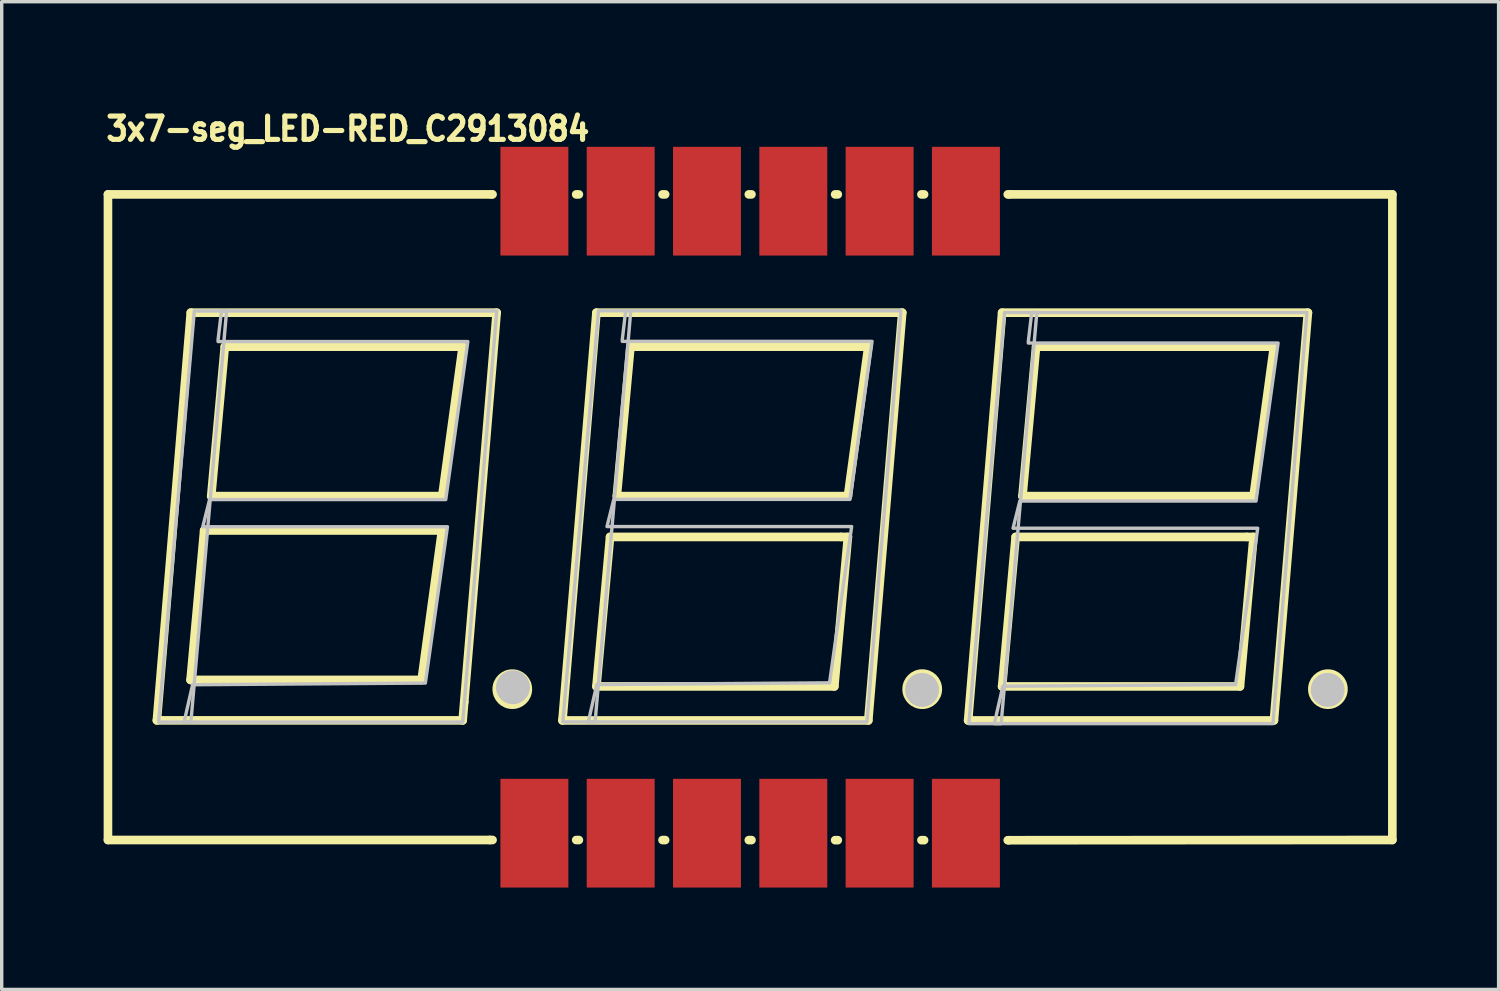
<source format=kicad_pcb>
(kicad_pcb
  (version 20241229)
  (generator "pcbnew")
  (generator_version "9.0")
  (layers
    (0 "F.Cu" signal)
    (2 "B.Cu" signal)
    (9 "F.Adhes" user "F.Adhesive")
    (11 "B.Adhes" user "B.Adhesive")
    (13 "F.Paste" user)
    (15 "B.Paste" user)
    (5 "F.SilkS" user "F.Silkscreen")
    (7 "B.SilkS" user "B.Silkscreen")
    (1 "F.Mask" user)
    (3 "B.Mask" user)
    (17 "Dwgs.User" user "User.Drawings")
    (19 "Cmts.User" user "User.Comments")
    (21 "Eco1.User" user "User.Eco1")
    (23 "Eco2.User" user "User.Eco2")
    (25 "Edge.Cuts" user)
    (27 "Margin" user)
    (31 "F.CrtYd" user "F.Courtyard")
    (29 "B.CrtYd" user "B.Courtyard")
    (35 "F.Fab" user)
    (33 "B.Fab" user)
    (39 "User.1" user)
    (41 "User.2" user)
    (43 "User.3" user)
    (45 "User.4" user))
  (footprint "3x7-seg_LED-RED_C2913084"
    (layer "F.Cu")
    (at 19.027 12.171)
    (property "Reference" "3x7-seg_LED-RED_C2913084" (at -19.027 -11.027 0) (layer "F.SilkS") (effects (font (size 0.686 0.628) (thickness 0.152)) (justify left bottom)))
    (fp_line (start -18.9 -9.5) (end -7.609 -9.5) (stroke (width 0.254) (type default)) (layer "F.SilkS"))
    (fp_line (start -18.9 9.5) (end -18.9 -9.5) (stroke (width 0.254) (type default)) (layer "F.SilkS"))
    (fp_line (start -18.9 9.5) (end -7.66 9.5) (stroke (width 0.254) (type default)) (layer "F.SilkS"))
    (fp_line (start -17.46 5.98) (end -16.462 -6.019) (stroke (width 0.254) (type default)) (layer "F.SilkS"))
    (fp_line (start -16.469 4.79) (end -16.069 0.391) (stroke (width 0.254) (type default)) (layer "F.SilkS"))
    (fp_line (start -16.469 4.79) (end -9.669 4.79) (stroke (width 0.254) (type default)) (layer "F.SilkS"))
    (fp_line (start -16.462 -6.019) (end -7.46 -6.019) (stroke (width 0.254) (type default)) (layer "F.SilkS"))
    (fp_line (start -16.069 0.391) (end -9.069 0.391) (stroke (width 0.254) (type default)) (layer "F.SilkS"))
    (fp_line (start -15.861 -0.62) (end -15.461 -5.019) (stroke (width 0.254) (type default)) (layer "F.SilkS"))
    (fp_line (start -15.861 -0.62) (end -9.062 -0.62) (stroke (width 0.254) (type default)) (layer "F.SilkS"))
    (fp_line (start -15.461 -5.019) (end -8.461 -5.019) (stroke (width 0.254) (type default)) (layer "F.SilkS"))
    (fp_line (start -9.069 0.391) (end -9.669 4.79) (stroke (width 0.254) (type default)) (layer "F.SilkS"))
    (fp_line (start -8.461 -5.019) (end -9.062 -0.62) (stroke (width 0.254) (type default)) (layer "F.SilkS"))
    (fp_line (start -8.461 5.98) (end -17.46 5.98) (stroke (width 0.254) (type default)) (layer "F.SilkS"))
    (fp_line (start -8.415 5.439) (end -8.461 5.98) (stroke (width 0.254) (type default)) (layer "F.SilkS"))
    (fp_line (start -7.66 9.5) (end -7.581 9.5) (stroke (width 0.254) (type default)) (layer "F.SilkS"))
    (fp_line (start -7.609 -9.5) (end -7.581 -9.5) (stroke (width 0.254) (type default)) (layer "F.SilkS"))
    (fp_line (start -7.46 -6.019) (end -8.415 5.439) (stroke (width 0.254) (type default)) (layer "F.SilkS"))
    (fp_line (start -5.524 5.981) (end -4.524 -6.019) (stroke (width 0.254) (type default)) (layer "F.SilkS"))
    (fp_line (start -5.119 -9.5) (end -5.041 -9.5) (stroke (width 0.254) (type default)) (layer "F.SilkS"))
    (fp_line (start -5.119 9.501) (end -5.041 9.501) (stroke (width 0.254) (type default)) (layer "F.SilkS"))
    (fp_line (start -4.524 -6.019) (end 4.476 -6.019) (stroke (width 0.254) (type default)) (layer "F.SilkS"))
    (fp_line (start -4.524 4.981) (end 2.477 4.981) (stroke (width 0.254) (type default)) (layer "F.SilkS"))
    (fp_line (start -4.123 0.581) (end -4.524 4.981) (stroke (width 0.254) (type default)) (layer "F.SilkS"))
    (fp_line (start -4.123 0.581) (end 2.676 0.581) (stroke (width 0.254) (type default)) (layer "F.SilkS"))
    (fp_line (start -3.924 -0.62) (end -3.523 -5.019) (stroke (width 0.254) (type default)) (layer "F.SilkS"))
    (fp_line (start -3.924 -0.62) (end 2.877 -0.62) (stroke (width 0.254) (type default)) (layer "F.SilkS"))
    (fp_line (start -3.523 -5.019) (end 3.477 -5.019) (stroke (width 0.254) (type default)) (layer "F.SilkS"))
    (fp_line (start -2.579 -9.5) (end -2.501 -9.5) (stroke (width 0.254) (type default)) (layer "F.SilkS"))
    (fp_line (start -2.579 9.502) (end -2.501 9.502) (stroke (width 0.254) (type default)) (layer "F.SilkS"))
    (fp_line (start -0.039 -9.5) (end 0.039 -9.5) (stroke (width 0.254) (type default)) (layer "F.SilkS"))
    (fp_line (start -0.039 9.503) (end 0.039 9.503) (stroke (width 0.254) (type default)) (layer "F.SilkS"))
    (fp_line (start 2.477 4.981) (end 2.877 0.581) (stroke (width 0.254) (type default)) (layer "F.SilkS"))
    (fp_line (start 2.501 -9.5) (end 2.579 -9.5) (stroke (width 0.254) (type default)) (layer "F.SilkS"))
    (fp_line (start 2.501 9.505) (end 2.579 9.505) (stroke (width 0.254) (type default)) (layer "F.SilkS"))
    (fp_line (start 2.877 0.581) (end 2.676 0.581) (stroke (width 0.254) (type default)) (layer "F.SilkS"))
    (fp_line (start 3.477 -5.019) (end 2.877 -0.62) (stroke (width 0.254) (type default)) (layer "F.SilkS"))
    (fp_line (start 3.477 5.981) (end -5.524 5.981) (stroke (width 0.254) (type default)) (layer "F.SilkS"))
    (fp_line (start 4.476 -6.019) (end 3.477 5.981) (stroke (width 0.254) (type default)) (layer "F.SilkS"))
    (fp_line (start 5.041 -9.5) (end 5.119 -9.5) (stroke (width 0.254) (type default)) (layer "F.SilkS"))
    (fp_line (start 5.041 9.505) (end 5.119 9.505) (stroke (width 0.254) (type default)) (layer "F.SilkS"))
    (fp_line (start 6.415 5.981) (end 7.415 -6.019) (stroke (width 0.254) (type default)) (layer "F.SilkS"))
    (fp_line (start 7.415 -6.019) (end 16.415 -6.019) (stroke (width 0.254) (type default)) (layer "F.SilkS"))
    (fp_line (start 7.415 4.981) (end 14.415 4.981) (stroke (width 0.254) (type default)) (layer "F.SilkS"))
    (fp_line (start 7.581 -9.5) (end 7.62 -9.5) (stroke (width 0.254) (type default)) (layer "F.SilkS"))
    (fp_line (start 7.581 9.507) (end 7.608 9.507) (stroke (width 0.254) (type default)) (layer "F.SilkS"))
    (fp_line (start 7.608 9.507) (end 18.9 9.5) (stroke (width 0.254) (type default)) (layer "F.SilkS"))
    (fp_line (start 7.62 -9.5) (end 18.9 -9.5) (stroke (width 0.254) (type default)) (layer "F.SilkS"))
    (fp_line (start 7.814 0.581) (end 7.415 4.981) (stroke (width 0.254) (type default)) (layer "F.SilkS"))
    (fp_line (start 7.814 0.581) (end 14.614 0.581) (stroke (width 0.254) (type default)) (layer "F.SilkS"))
    (fp_line (start 8.014 -0.62) (end 8.415 -5.019) (stroke (width 0.254) (type default)) (layer "F.SilkS"))
    (fp_line (start 8.014 -0.62) (end 14.815 -0.62) (stroke (width 0.254) (type default)) (layer "F.SilkS"))
    (fp_line (start 8.415 -5.019) (end 15.415 -5.019) (stroke (width 0.254) (type default)) (layer "F.SilkS"))
    (fp_line (start 14.415 4.981) (end 14.815 0.581) (stroke (width 0.254) (type default)) (layer "F.SilkS"))
    (fp_line (start 14.815 0.581) (end 14.614 0.581) (stroke (width 0.254) (type default)) (layer "F.SilkS"))
    (fp_line (start 15.415 -5.019) (end 14.815 -0.62) (stroke (width 0.254) (type default)) (layer "F.SilkS"))
    (fp_line (start 15.415 5.981) (end 6.415 5.981) (stroke (width 0.254) (type default)) (layer "F.SilkS"))
    (fp_line (start 16.415 -6.019) (end 15.415 5.981) (stroke (width 0.254) (type default)) (layer "F.SilkS"))
    (fp_line (start 18.9 -9.5) (end 18.9 9.5) (stroke (width 0.254) (type default)) (layer "F.SilkS"))
    (fp_circle (center -7 5.061) (end -6.543 5.061) (stroke (width 0.254) (type default)) (fill no) (layer "F.SilkS"))
    (fp_circle (center 5.064 5.061) (end 5.522 5.061) (stroke (width 0.254) (type default)) (fill no) (layer "F.SilkS"))
    (fp_circle (center 17.003 5.061) (end 17.46 5.061) (stroke (width 0.254) (type default)) (fill no) (layer "F.SilkS"))
    (fp_circle (center -6.981 5.005) (end -6.731 5.005) (stroke (width 0.5) (type default)) (fill no) (layer "Dwgs.User"))
    (fp_circle (center 5.059 5.082) (end 5.309 5.082) (stroke (width 0.5) (type default)) (fill no) (layer "Dwgs.User"))
    (fp_circle (center 16.997 5.082) (end 17.247 5.082) (stroke (width 0.5) (type default)) (fill no) (layer "Dwgs.User"))
    (fp_poly (pts (xy -15.559 -6.069) (xy -16.358 -6.069) (xy -17.409 6.031) (xy -16.459 6.031) (xy -15.409 -6.069)) (stroke (width 0.1) (type default)) (fill no) (layer "Dwgs.User"))
    (fp_poly (pts (xy -3.663 -6.075) (xy -4.463 -6.075) (xy -5.513 6.025) (xy -4.563 6.025) (xy -3.513 -6.075)) (stroke (width 0.1) (type default)) (fill no) (layer "Dwgs.User"))
    (fp_poly (pts (xy 8.287 -6.025) (xy 7.487 -6.025) (xy 6.437 6.075) (xy 7.387 6.075) (xy 8.437 -6.025)) (stroke (width 0.1) (type default)) (fill no) (layer "Dwgs.User"))
    (fp_poly (pts (xy -15.559 -6.069) (xy -7.458 -6.069) (xy -8.459 6.031) (xy -16.659 6.031) (xy -16.409 4.931) (xy -9.559 4.881) (xy -8.909 0.281) (xy -16.108 0.281) (xy -15.909 -0.519) (xy -8.959 -0.519) (xy -8.309 -5.169) (xy -15.659 -5.169) (xy -15.659 -5.219)) (stroke (width 0.1) (type default)) (fill no) (layer "Dwgs.User"))
    (fp_poly (pts (xy -3.663 -6.075) (xy 4.437 -6.075) (xy 3.437 6.025) (xy -4.763 6.025) (xy -4.513 4.925) (xy 2.337 4.875) (xy 2.987 0.275) (xy -4.213 0.275) (xy -4.013 -0.525) (xy 2.937 -0.525) (xy 3.587 -5.175) (xy -3.763 -5.175) (xy -3.763 -5.225)) (stroke (width 0.1) (type default)) (fill no) (layer "Dwgs.User"))
    (fp_poly (pts (xy 8.287 -6.025) (xy 16.387 -6.025) (xy 15.386 6.075) (xy 7.187 6.075) (xy 7.437 4.975) (xy 14.287 4.925) (xy 14.937 0.325) (xy 7.737 0.325) (xy 7.937 -0.475) (xy 14.887 -0.475) (xy 15.537 -5.125) (xy 8.187 -5.125) (xy 8.187 -5.175)) (stroke (width 0.1) (type default)) (fill no) (layer "Dwgs.User"))
    (fp_poly (pts (xy -7.25 -7.9) (xy -7.25 -9.5) (xy -5.45 -9.5) (xy -5.45 -7.9)) (stroke (width 0.1) (type default)) (fill no) (layer "User.1"))
    (fp_poly (pts (xy -7.25 9.5) (xy -7.25 7.9) (xy -5.45 7.9) (xy -5.45 9.5)) (stroke (width 0.1) (type default)) (fill no) (layer "User.1"))
    (fp_poly (pts (xy -4.71 -7.9) (xy -4.71 -9.5) (xy -2.91 -9.5) (xy -2.91 -7.9)) (stroke (width 0.1) (type default)) (fill no) (layer "User.1"))
    (fp_poly (pts (xy -4.71 9.5) (xy -4.71 7.9) (xy -2.91 7.9) (xy -2.91 9.5)) (stroke (width 0.1) (type default)) (fill no) (layer "User.1"))
    (fp_poly (pts (xy -2.17 -7.9) (xy -2.17 -9.5) (xy -0.37 -9.5) (xy -0.37 -7.9)) (stroke (width 0.1) (type default)) (fill no) (layer "User.1"))
    (fp_poly (pts (xy -2.17 9.5) (xy -2.17 7.9) (xy -0.37 7.9) (xy -0.37 9.5)) (stroke (width 0.1) (type default)) (fill no) (layer "User.1"))
    (fp_poly (pts (xy 0.37 -7.9) (xy 0.37 -9.5) (xy 2.17 -9.5) (xy 2.17 -7.9)) (stroke (width 0.1) (type default)) (fill no) (layer "User.1"))
    (fp_poly (pts (xy 0.37 9.5) (xy 0.37 7.9) (xy 2.17 7.9) (xy 2.17 9.5)) (stroke (width 0.1) (type default)) (fill no) (layer "User.1"))
    (fp_poly (pts (xy 2.91 -7.9) (xy 2.91 -9.5) (xy 4.71 -9.5) (xy 4.71 -7.9)) (stroke (width 0.1) (type default)) (fill no) (layer "User.1"))
    (fp_poly (pts (xy 2.91 9.5) (xy 2.91 7.9) (xy 4.71 7.9) (xy 4.71 9.5)) (stroke (width 0.1) (type default)) (fill no) (layer "User.1"))
    (fp_poly (pts (xy 5.45 -7.9) (xy 5.45 -9.5) (xy 7.25 -9.5) (xy 7.25 -7.9)) (stroke (width 0.1) (type default)) (fill no) (layer "User.1"))
    (fp_poly (pts (xy 5.45 9.5) (xy 5.45 7.9) (xy 7.25 7.9) (xy 7.25 9.5)) (stroke (width 0.1) (type default)) (fill no) (layer "User.1"))
    (fp_line (start -18.9 -9.5) (end 18.9 -9.5) (stroke (width 0.051) (type default)) (layer "User.2"))
    (fp_line (start -18.9 9.5) (end -18.9 -9.5) (stroke (width 0.051) (type default)) (layer "User.2"))
    (fp_line (start 18.9 -9.5) (end 18.9 9.5) (stroke (width 0.051) (type default)) (layer "User.2"))
    (fp_line (start 18.9 9.5) (end -18.9 9.5) (stroke (width 0.051) (type default)) (layer "User.2"))
    (fp_poly (pts (xy -18.84 9.5) (xy -18.858 9.458) (xy -18.9 9.44) (xy -18.942 9.458) (xy -18.96 9.5) (xy -18.942 9.542) (xy -18.9 9.56) (xy -18.858 9.542)) (stroke (width 0.1) (type default)) (fill no) (layer "User.3"))
    (pad "1" smd rect (at -6.35 9.3) (size 2 3.2) (layers "F.Cu" "F.Mask" "F.Paste"))
    (pad "2" smd rect (at -3.81 9.3) (size 2 3.2) (layers "F.Cu" "F.Mask" "F.Paste"))
    (pad "3" smd rect (at -1.27 9.3) (size 2 3.2) (layers "F.Cu" "F.Mask" "F.Paste"))
    (pad "4" smd rect (at 1.27 9.3) (size 2 3.2) (layers "F.Cu" "F.Mask" "F.Paste"))
    (pad "5" smd rect (at 3.81 9.3) (size 2 3.2) (layers "F.Cu" "F.Mask" "F.Paste"))
    (pad "6" smd rect (at 6.35 9.3) (size 2 3.2) (layers "F.Cu" "F.Mask" "F.Paste"))
    (pad "7" smd rect (at 6.35 -9.3) (size 2 3.2) (layers "F.Cu" "F.Mask" "F.Paste"))
    (pad "8" smd rect (at 3.81 -9.3) (size 2 3.2) (layers "F.Cu" "F.Mask" "F.Paste"))
    (pad "9" smd rect (at 1.27 -9.3) (size 2 3.2) (layers "F.Cu" "F.Mask" "F.Paste"))
    (pad "10" smd rect (at -1.27 -9.3) (size 2 3.2) (layers "F.Cu" "F.Mask" "F.Paste"))
    (pad "11" smd rect (at -3.81 -9.3) (size 2 3.2) (layers "F.Cu" "F.Mask" "F.Paste"))
    (pad "12" smd rect (at -6.35 -9.3) (size 2 3.2) (layers "F.Cu" "F.Mask" "F.Paste")))
  (gr_rect
    (start -3 -3)
    (end 41.054 26.07)
    (stroke (width 0.1) (type default))
    (fill no)
    (layer "Edge.Cuts")))
</source>
